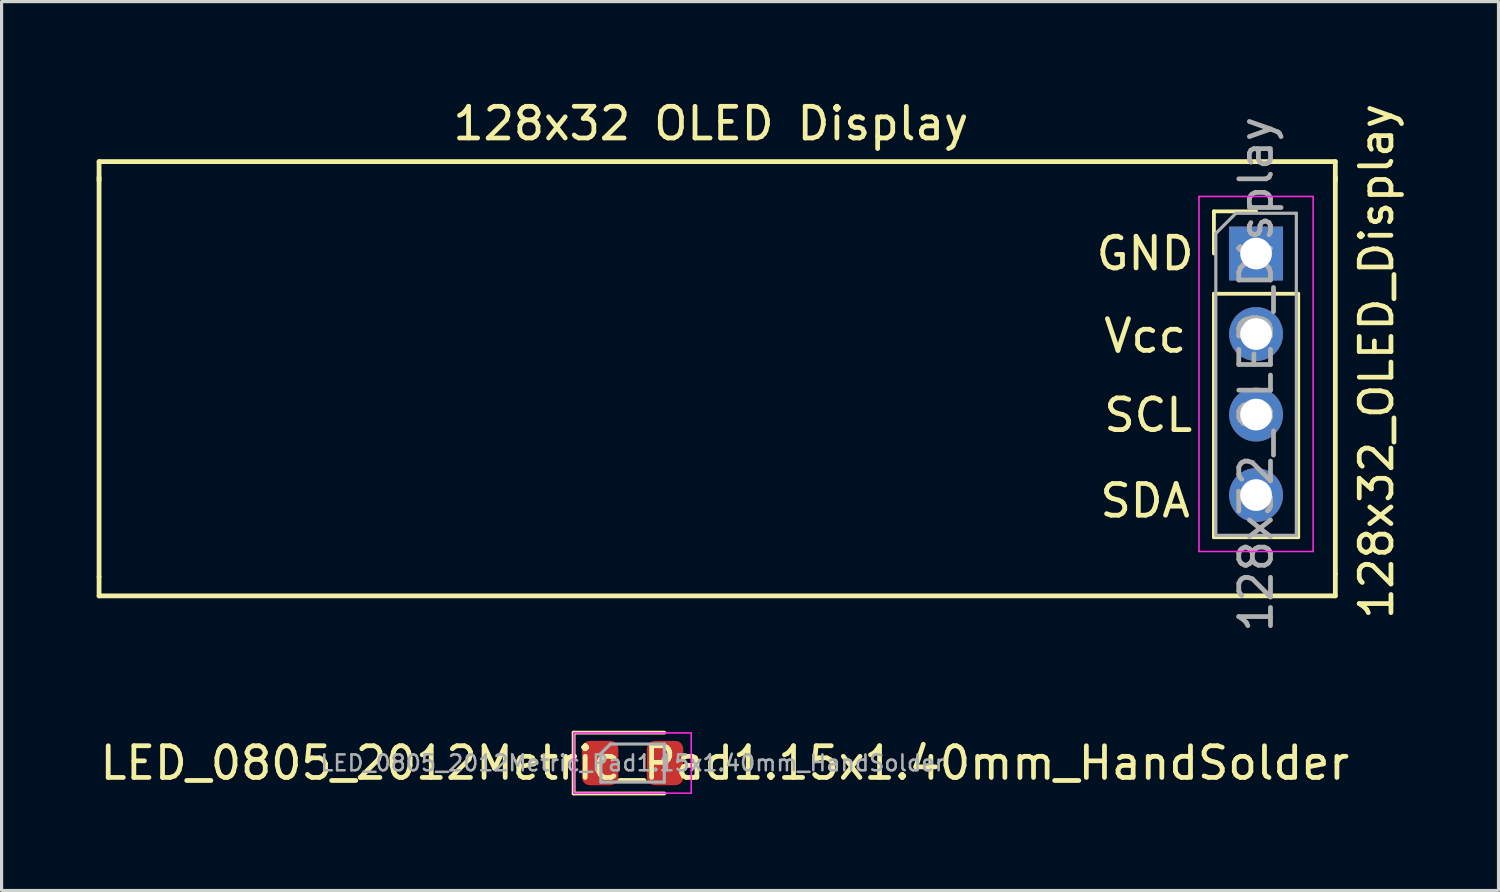
<source format=kicad_pcb>
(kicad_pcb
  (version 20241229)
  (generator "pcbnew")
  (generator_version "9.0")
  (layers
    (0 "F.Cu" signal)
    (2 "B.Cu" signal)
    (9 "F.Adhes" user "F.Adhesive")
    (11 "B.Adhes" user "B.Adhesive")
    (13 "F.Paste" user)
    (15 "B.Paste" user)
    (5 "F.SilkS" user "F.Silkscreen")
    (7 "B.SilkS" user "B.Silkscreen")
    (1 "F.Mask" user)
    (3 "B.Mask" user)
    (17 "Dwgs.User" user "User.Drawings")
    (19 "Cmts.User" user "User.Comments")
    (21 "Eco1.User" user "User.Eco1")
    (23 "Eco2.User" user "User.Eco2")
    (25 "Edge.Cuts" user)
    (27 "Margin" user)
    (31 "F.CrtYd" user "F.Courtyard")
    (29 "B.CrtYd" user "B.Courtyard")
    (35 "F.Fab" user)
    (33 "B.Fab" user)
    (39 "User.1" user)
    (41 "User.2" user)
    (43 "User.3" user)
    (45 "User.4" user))
  (footprint "LED_0805_2012Metric_Pad1.15x1.40mm_HandSolder"
    (layer "F.Cu")
    (at 16.906 21.022)
    (property "Reference" "LED_0805_2012Metric_Pad1.15x1.40mm_HandSolder" (at 2.91 -0.001 0) (layer "F.SilkS") (effects (font (size 1 1) (thickness 0.15))))
    (attr smd)
    (fp_line (start -1.86 -0.96) (end -1.86 0.96) (stroke (width 0.12) (type solid)) (layer "F.SilkS"))
    (fp_line (start -1.86 0.96) (end 1 0.96) (stroke (width 0.12) (type solid)) (layer "F.SilkS"))
    (fp_line (start 1 -0.96) (end -1.86 -0.96) (stroke (width 0.12) (type solid)) (layer "F.SilkS"))
    (fp_line (start -1.85 -0.95) (end 1.85 -0.95) (stroke (width 0.05) (type solid)) (layer "F.CrtYd"))
    (fp_line (start -1.85 0.95) (end -1.85 -0.95) (stroke (width 0.05) (type solid)) (layer "F.CrtYd"))
    (fp_line (start 1.85 -0.95) (end 1.85 0.95) (stroke (width 0.05) (type solid)) (layer "F.CrtYd"))
    (fp_line (start 1.85 0.95) (end -1.85 0.95) (stroke (width 0.05) (type solid)) (layer "F.CrtYd"))
    (fp_line (start -1 -0.3) (end -1 0.6) (stroke (width 0.1) (type solid)) (layer "F.Fab"))
    (fp_line (start -1 0.6) (end 1 0.6) (stroke (width 0.1) (type solid)) (layer "F.Fab"))
    (fp_line (start -0.7 -0.6) (end -1 -0.3) (stroke (width 0.1) (type solid)) (layer "F.Fab"))
    (fp_line (start 1 -0.6) (end -0.7 -0.6) (stroke (width 0.1) (type solid)) (layer "F.Fab"))
    (fp_line (start 1 0.6) (end 1 -0.6) (stroke (width 0.1) (type solid)) (layer "F.Fab"))
    (fp_text user "${REFERENCE}" (at 0 0 0) (layer "F.Fab") (effects (font (size 0.5 0.5) (thickness 0.08))))
    (pad "1" smd roundrect (at -1.025 0) (size 1.15 1.4) (layers "F.Cu" "F.Mask" "F.Paste") (roundrect_rratio 0.217))
    (pad "2" smd roundrect (at 1.025 0) (size 1.15 1.4) (layers "F.Cu" "F.Mask" "F.Paste") (roundrect_rratio 0.217)))
  (footprint "128x32_OLED_Display"
    (layer "F.Cu")
    (at 36.575 4.948)
    (property "Reference" "128x32_OLED_Display" (at 3.8 3.4 90) (layer "F.SilkS") (effects (font (size 1 1) (thickness 0.15))))
    (attr through_hole)
    (fp_line (start -36.5 -2.9) (end -36.5 -2.3) (stroke (width 0.15) (type solid)) (layer "F.SilkS"))
    (fp_line (start -36.5 -2.4) (end -36.5 10.2) (stroke (width 0.15) (type solid)) (layer "F.SilkS"))
    (fp_line (start -36.5 10.8) (end -36.5 10.2) (stroke (width 0.15) (type solid)) (layer "F.SilkS"))
    (fp_line (start -1.33 -1.33) (end 0 -1.33) (stroke (width 0.12) (type solid)) (layer "F.SilkS"))
    (fp_line (start -1.33 0) (end -1.33 -1.33) (stroke (width 0.12) (type solid)) (layer "F.SilkS"))
    (fp_line (start -1.33 1.27) (end -1.33 8.95) (stroke (width 0.12) (type solid)) (layer "F.SilkS"))
    (fp_line (start -1.33 1.27) (end 1.33 1.27) (stroke (width 0.12) (type solid)) (layer "F.SilkS"))
    (fp_line (start -1.33 8.95) (end 1.33 8.95) (stroke (width 0.12) (type solid)) (layer "F.SilkS"))
    (fp_line (start 1.33 1.27) (end 1.33 8.95) (stroke (width 0.12) (type solid)) (layer "F.SilkS"))
    (fp_line (start 2.5 -2.9) (end -36.5 -2.9) (stroke (width 0.15) (type solid)) (layer "F.SilkS"))
    (fp_line (start 2.5 -2.9) (end 2.5 -2.3) (stroke (width 0.15) (type solid)) (layer "F.SilkS"))
    (fp_line (start 2.5 -2.4) (end 2.5 10.1) (stroke (width 0.15) (type solid)) (layer "F.SilkS"))
    (fp_line (start 2.5 10.1) (end 2.5 10.8) (stroke (width 0.15) (type solid)) (layer "F.SilkS"))
    (fp_line (start 2.5 10.8) (end -36.5 10.8) (stroke (width 0.15) (type solid)) (layer "F.SilkS"))
    (fp_line (start -1.8 -1.8) (end -1.8 9.4) (stroke (width 0.05) (type solid)) (layer "F.CrtYd"))
    (fp_line (start -1.8 9.4) (end 1.8 9.4) (stroke (width 0.05) (type solid)) (layer "F.CrtYd"))
    (fp_line (start 1.8 -1.8) (end -1.8 -1.8) (stroke (width 0.05) (type solid)) (layer "F.CrtYd"))
    (fp_line (start 1.8 9.4) (end 1.8 -1.8) (stroke (width 0.05) (type solid)) (layer "F.CrtYd"))
    (fp_line (start -1.27 -0.635) (end -0.635 -1.27) (stroke (width 0.1) (type solid)) (layer "F.Fab"))
    (fp_line (start -1.27 8.89) (end -1.27 -0.635) (stroke (width 0.1) (type solid)) (layer "F.Fab"))
    (fp_line (start -0.635 -1.27) (end 1.27 -1.27) (stroke (width 0.1) (type solid)) (layer "F.Fab"))
    (fp_line (start 1.27 -1.27) (end 1.27 8.89) (stroke (width 0.1) (type solid)) (layer "F.Fab"))
    (fp_line (start 1.27 8.89) (end -1.27 8.89) (stroke (width 0.1) (type solid)) (layer "F.Fab"))
    (fp_text user "SCL" (at -3.4 5.1 0) (layer "F.SilkS") (effects (font (size 1 1) (thickness 0.15))))
    (fp_text user "Vcc" (at -3.5 2.6 0) (layer "F.SilkS") (effects (font (size 1 1) (thickness 0.15))))
    (fp_text user "GND" (at -3.5 0 0) (layer "F.SilkS") (effects (font (size 1 1) (thickness 0.15))))
    (fp_text user "128x32 OLED Display" (at -17.2 -4.1 0) (layer "F.SilkS") (effects (font (size 1 1) (thickness 0.15))))
    (fp_text user "SDA" (at -3.5 7.8 0) (layer "F.SilkS") (effects (font (size 1 1) (thickness 0.15))))
    (fp_text user "${REFERENCE}" (at 0 3.81 90) (layer "F.Fab") (effects (font (size 1 1) (thickness 0.15))))
    (pad "1" thru_hole rect (at 0 0) (size 1.7 1.7) (drill 1) (layers "*.Cu" "*.Mask"))
    (pad "2" thru_hole oval (at 0 2.54) (size 1.7 1.7) (drill 1) (layers "*.Cu" "*.Mask"))
    (pad "3" thru_hole oval (at 0 5.08) (size 1.7 1.7) (drill 1) (layers "*.Cu" "*.Mask"))
    (pad "4" thru_hole oval (at 0 7.62) (size 1.7 1.7) (drill 1) (layers "*.Cu" "*.Mask")))
  (gr_rect
    (start -3 -3)
    (end 44.223 25.042)
    (stroke (width 0.1) (type default))
    (fill no)
    (layer "Edge.Cuts")))
</source>
